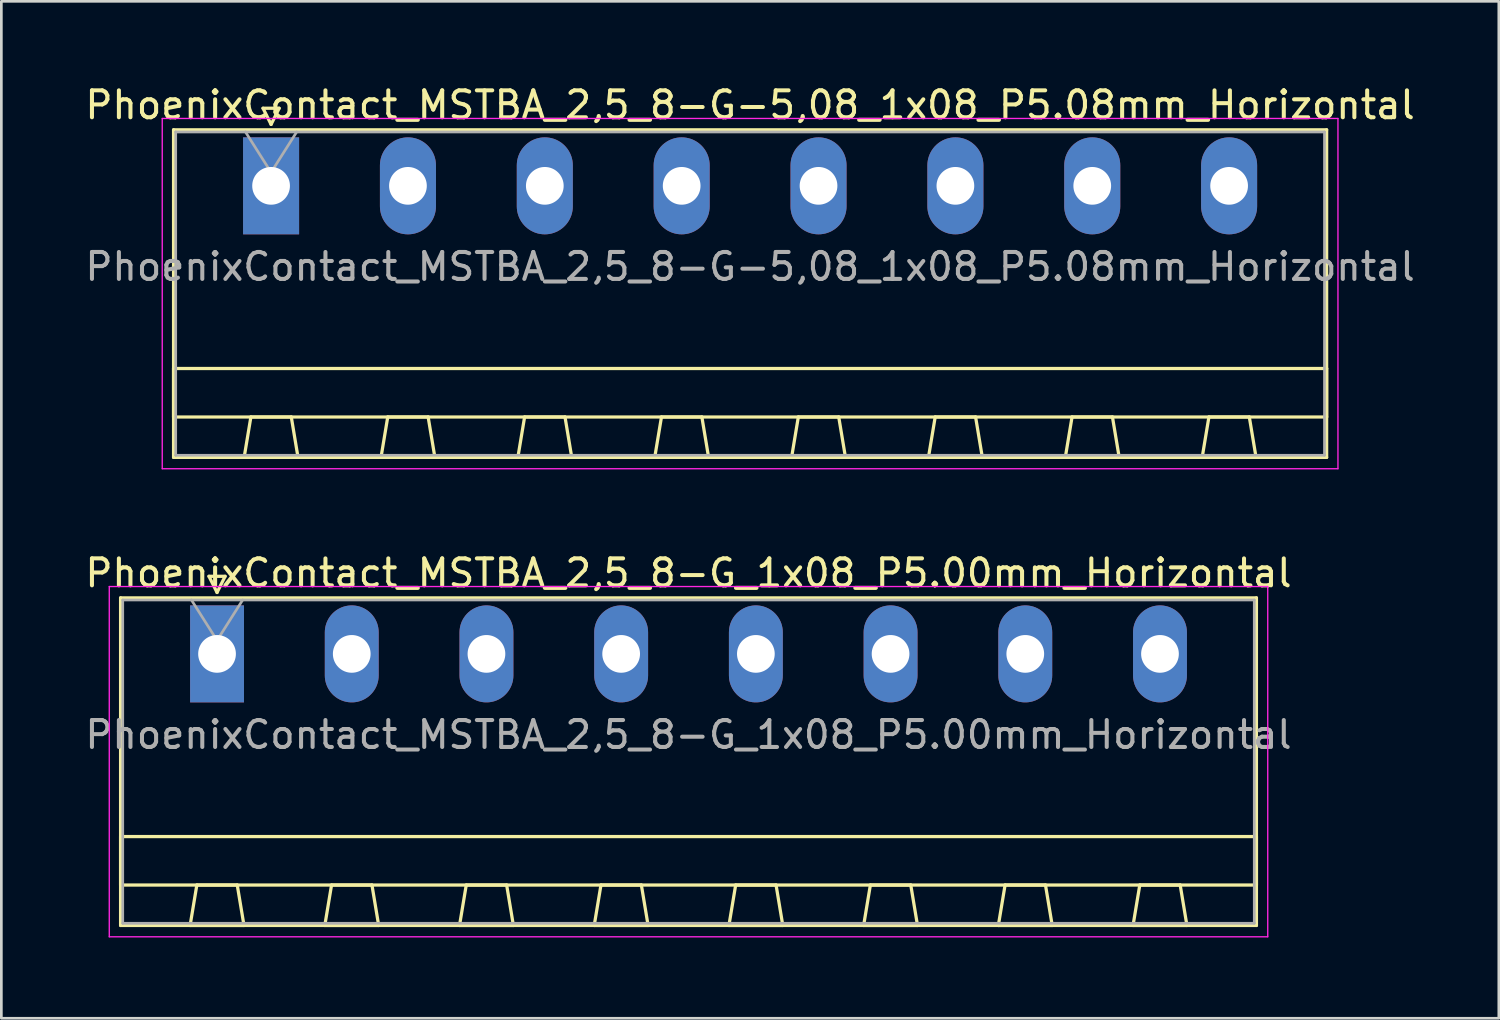
<source format=kicad_pcb>
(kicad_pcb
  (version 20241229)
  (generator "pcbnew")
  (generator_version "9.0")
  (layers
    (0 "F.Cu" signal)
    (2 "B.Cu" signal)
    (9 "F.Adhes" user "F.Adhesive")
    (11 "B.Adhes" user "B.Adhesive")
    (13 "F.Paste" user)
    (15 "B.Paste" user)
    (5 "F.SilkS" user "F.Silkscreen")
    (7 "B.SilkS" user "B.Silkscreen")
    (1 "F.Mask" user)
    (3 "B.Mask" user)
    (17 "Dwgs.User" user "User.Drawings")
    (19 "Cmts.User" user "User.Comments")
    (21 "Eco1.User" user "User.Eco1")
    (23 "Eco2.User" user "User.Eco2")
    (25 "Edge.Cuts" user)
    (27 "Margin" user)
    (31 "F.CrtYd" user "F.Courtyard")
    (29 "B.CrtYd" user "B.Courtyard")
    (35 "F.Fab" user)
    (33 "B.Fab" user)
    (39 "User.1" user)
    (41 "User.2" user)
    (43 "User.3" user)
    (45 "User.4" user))
  (footprint "PhoenixContact_MSTBA_2,5_8-G_1x08_P5.00mm_Horizontal"
    (layer "F.Cu")
    (at 5.006 21.221)
    (property "Reference" "PhoenixContact_MSTBA_2,5_8-G_1x08_P5.00mm_Horizontal" (at 17.5 -3 0) (layer "F.SilkS") (effects (font (size 1 1) (thickness 0.15))))
    (attr through_hole)
    (fp_line (start -3.58 -2.08) (end -3.58 10.08) (stroke (width 0.12) (type solid)) (layer "F.SilkS"))
    (fp_line (start -3.58 6.78) (end 38.58 6.78) (stroke (width 0.12) (type solid)) (layer "F.SilkS"))
    (fp_line (start -3.58 8.58) (end -3.58 6.78) (stroke (width 0.12) (type solid)) (layer "F.SilkS"))
    (fp_line (start -3.58 10.08) (end 38.58 10.08) (stroke (width 0.12) (type solid)) (layer "F.SilkS"))
    (fp_line (start -1 10.08) (end 1 10.08) (stroke (width 0.12) (type solid)) (layer "F.SilkS"))
    (fp_line (start -0.75 8.58) (end -1 10.08) (stroke (width 0.12) (type solid)) (layer "F.SilkS"))
    (fp_line (start -0.3 -2.88) (end 0.3 -2.88) (stroke (width 0.12) (type solid)) (layer "F.SilkS"))
    (fp_line (start 0 -2.28) (end -0.3 -2.88) (stroke (width 0.12) (type solid)) (layer "F.SilkS"))
    (fp_line (start 0.3 -2.88) (end 0 -2.28) (stroke (width 0.12) (type solid)) (layer "F.SilkS"))
    (fp_line (start 0.75 8.58) (end -0.75 8.58) (stroke (width 0.12) (type solid)) (layer "F.SilkS"))
    (fp_line (start 1 10.08) (end 0.75 8.58) (stroke (width 0.12) (type solid)) (layer "F.SilkS"))
    (fp_line (start 4 10.08) (end 6 10.08) (stroke (width 0.12) (type solid)) (layer "F.SilkS"))
    (fp_line (start 4.25 8.58) (end 4 10.08) (stroke (width 0.12) (type solid)) (layer "F.SilkS"))
    (fp_line (start 5.75 8.58) (end 4.25 8.58) (stroke (width 0.12) (type solid)) (layer "F.SilkS"))
    (fp_line (start 6 10.08) (end 5.75 8.58) (stroke (width 0.12) (type solid)) (layer "F.SilkS"))
    (fp_line (start 9 10.08) (end 11 10.08) (stroke (width 0.12) (type solid)) (layer "F.SilkS"))
    (fp_line (start 9.25 8.58) (end 9 10.08) (stroke (width 0.12) (type solid)) (layer "F.SilkS"))
    (fp_line (start 10.75 8.58) (end 9.25 8.58) (stroke (width 0.12) (type solid)) (layer "F.SilkS"))
    (fp_line (start 11 10.08) (end 10.75 8.58) (stroke (width 0.12) (type solid)) (layer "F.SilkS"))
    (fp_line (start 14 10.08) (end 16 10.08) (stroke (width 0.12) (type solid)) (layer "F.SilkS"))
    (fp_line (start 14.25 8.58) (end 14 10.08) (stroke (width 0.12) (type solid)) (layer "F.SilkS"))
    (fp_line (start 15.75 8.58) (end 14.25 8.58) (stroke (width 0.12) (type solid)) (layer "F.SilkS"))
    (fp_line (start 16 10.08) (end 15.75 8.58) (stroke (width 0.12) (type solid)) (layer "F.SilkS"))
    (fp_line (start 19 10.08) (end 21 10.08) (stroke (width 0.12) (type solid)) (layer "F.SilkS"))
    (fp_line (start 19.25 8.58) (end 19 10.08) (stroke (width 0.12) (type solid)) (layer "F.SilkS"))
    (fp_line (start 20.75 8.58) (end 19.25 8.58) (stroke (width 0.12) (type solid)) (layer "F.SilkS"))
    (fp_line (start 21 10.08) (end 20.75 8.58) (stroke (width 0.12) (type solid)) (layer "F.SilkS"))
    (fp_line (start 24 10.08) (end 26 10.08) (stroke (width 0.12) (type solid)) (layer "F.SilkS"))
    (fp_line (start 24.25 8.58) (end 24 10.08) (stroke (width 0.12) (type solid)) (layer "F.SilkS"))
    (fp_line (start 25.75 8.58) (end 24.25 8.58) (stroke (width 0.12) (type solid)) (layer "F.SilkS"))
    (fp_line (start 26 10.08) (end 25.75 8.58) (stroke (width 0.12) (type solid)) (layer "F.SilkS"))
    (fp_line (start 29 10.08) (end 31 10.08) (stroke (width 0.12) (type solid)) (layer "F.SilkS"))
    (fp_line (start 29.25 8.58) (end 29 10.08) (stroke (width 0.12) (type solid)) (layer "F.SilkS"))
    (fp_line (start 30.75 8.58) (end 29.25 8.58) (stroke (width 0.12) (type solid)) (layer "F.SilkS"))
    (fp_line (start 31 10.08) (end 30.75 8.58) (stroke (width 0.12) (type solid)) (layer "F.SilkS"))
    (fp_line (start 34 10.08) (end 36 10.08) (stroke (width 0.12) (type solid)) (layer "F.SilkS"))
    (fp_line (start 34.25 8.58) (end 34 10.08) (stroke (width 0.12) (type solid)) (layer "F.SilkS"))
    (fp_line (start 35.75 8.58) (end 34.25 8.58) (stroke (width 0.12) (type solid)) (layer "F.SilkS"))
    (fp_line (start 36 10.08) (end 35.75 8.58) (stroke (width 0.12) (type solid)) (layer "F.SilkS"))
    (fp_line (start 38.58 -2.08) (end -3.58 -2.08) (stroke (width 0.12) (type solid)) (layer "F.SilkS"))
    (fp_line (start 38.58 6.78) (end 38.58 8.58) (stroke (width 0.12) (type solid)) (layer "F.SilkS"))
    (fp_line (start 38.58 8.58) (end -3.58 8.58) (stroke (width 0.12) (type solid)) (layer "F.SilkS"))
    (fp_line (start 38.58 10.08) (end 38.58 -2.08) (stroke (width 0.12) (type solid)) (layer "F.SilkS"))
    (fp_line (start -4 -2.5) (end -4 10.5) (stroke (width 0.05) (type solid)) (layer "F.CrtYd"))
    (fp_line (start -4 10.5) (end 39 10.5) (stroke (width 0.05) (type solid)) (layer "F.CrtYd"))
    (fp_line (start 39 -2.5) (end -4 -2.5) (stroke (width 0.05) (type solid)) (layer "F.CrtYd"))
    (fp_line (start 39 10.5) (end 39 -2.5) (stroke (width 0.05) (type solid)) (layer "F.CrtYd"))
    (fp_line (start -3.5 -2) (end -3.5 10) (stroke (width 0.1) (type solid)) (layer "F.Fab"))
    (fp_line (start -3.5 10) (end 38.5 10) (stroke (width 0.1) (type solid)) (layer "F.Fab"))
    (fp_line (start 0 -0.5) (end -0.95 -2) (stroke (width 0.1) (type solid)) (layer "F.Fab"))
    (fp_line (start 0.95 -2) (end 0 -0.5) (stroke (width 0.1) (type solid)) (layer "F.Fab"))
    (fp_line (start 38.5 -2) (end -3.5 -2) (stroke (width 0.1) (type solid)) (layer "F.Fab"))
    (fp_line (start 38.5 10) (end 38.5 -2) (stroke (width 0.1) (type solid)) (layer "F.Fab"))
    (fp_text user "${REFERENCE}" (at 17.5 3 0) (layer "F.Fab") (effects (font (size 1 1) (thickness 0.15))))
    (pad "1" thru_hole rect (at 0 0) (size 2 3.6) (drill 1.4) (layers "*.Cu" "*.Mask"))
    (pad "2" thru_hole oval (at 5 0) (size 2 3.6) (drill 1.4) (layers "*.Cu" "*.Mask"))
    (pad "3" thru_hole oval (at 10 0) (size 2 3.6) (drill 1.4) (layers "*.Cu" "*.Mask"))
    (pad "4" thru_hole oval (at 15 0) (size 2 3.6) (drill 1.4) (layers "*.Cu" "*.Mask"))
    (pad "5" thru_hole oval (at 20 0) (size 2 3.6) (drill 1.4) (layers "*.Cu" "*.Mask"))
    (pad "6" thru_hole oval (at 25 0) (size 2 3.6) (drill 1.4) (layers "*.Cu" "*.Mask"))
    (pad "7" thru_hole oval (at 30 0) (size 2 3.6) (drill 1.4) (layers "*.Cu" "*.Mask"))
    (pad "8" thru_hole oval (at 35 0) (size 2 3.6) (drill 1.4) (layers "*.Cu" "*.Mask")))
  (footprint "PhoenixContact_MSTBA_2,5_8-G-5,08_1x08_P5.08mm_Horizontal"
    (layer "F.Cu")
    (at 7.012 3.848)
    (property "Reference" "PhoenixContact_MSTBA_2,5_8-G-5,08_1x08_P5.08mm_Horizontal" (at 17.78 -3 0) (layer "F.SilkS") (effects (font (size 1 1) (thickness 0.15))))
    (attr through_hole)
    (fp_line (start -3.62 -2.08) (end -3.62 10.08) (stroke (width 0.12) (type solid)) (layer "F.SilkS"))
    (fp_line (start -3.62 6.78) (end 39.18 6.78) (stroke (width 0.12) (type solid)) (layer "F.SilkS"))
    (fp_line (start -3.62 8.58) (end -3.62 6.78) (stroke (width 0.12) (type solid)) (layer "F.SilkS"))
    (fp_line (start -3.62 10.08) (end 39.18 10.08) (stroke (width 0.12) (type solid)) (layer "F.SilkS"))
    (fp_line (start -1 10.08) (end 1 10.08) (stroke (width 0.12) (type solid)) (layer "F.SilkS"))
    (fp_line (start -0.75 8.58) (end -1 10.08) (stroke (width 0.12) (type solid)) (layer "F.SilkS"))
    (fp_line (start -0.3 -2.88) (end 0.3 -2.88) (stroke (width 0.12) (type solid)) (layer "F.SilkS"))
    (fp_line (start 0 -2.28) (end -0.3 -2.88) (stroke (width 0.12) (type solid)) (layer "F.SilkS"))
    (fp_line (start 0.3 -2.88) (end 0 -2.28) (stroke (width 0.12) (type solid)) (layer "F.SilkS"))
    (fp_line (start 0.75 8.58) (end -0.75 8.58) (stroke (width 0.12) (type solid)) (layer "F.SilkS"))
    (fp_line (start 1 10.08) (end 0.75 8.58) (stroke (width 0.12) (type solid)) (layer "F.SilkS"))
    (fp_line (start 4.08 10.08) (end 6.08 10.08) (stroke (width 0.12) (type solid)) (layer "F.SilkS"))
    (fp_line (start 4.33 8.58) (end 4.08 10.08) (stroke (width 0.12) (type solid)) (layer "F.SilkS"))
    (fp_line (start 5.83 8.58) (end 4.33 8.58) (stroke (width 0.12) (type solid)) (layer "F.SilkS"))
    (fp_line (start 6.08 10.08) (end 5.83 8.58) (stroke (width 0.12) (type solid)) (layer "F.SilkS"))
    (fp_line (start 9.16 10.08) (end 11.16 10.08) (stroke (width 0.12) (type solid)) (layer "F.SilkS"))
    (fp_line (start 9.41 8.58) (end 9.16 10.08) (stroke (width 0.12) (type solid)) (layer "F.SilkS"))
    (fp_line (start 10.91 8.58) (end 9.41 8.58) (stroke (width 0.12) (type solid)) (layer "F.SilkS"))
    (fp_line (start 11.16 10.08) (end 10.91 8.58) (stroke (width 0.12) (type solid)) (layer "F.SilkS"))
    (fp_line (start 14.24 10.08) (end 16.24 10.08) (stroke (width 0.12) (type solid)) (layer "F.SilkS"))
    (fp_line (start 14.49 8.58) (end 14.24 10.08) (stroke (width 0.12) (type solid)) (layer "F.SilkS"))
    (fp_line (start 15.99 8.58) (end 14.49 8.58) (stroke (width 0.12) (type solid)) (layer "F.SilkS"))
    (fp_line (start 16.24 10.08) (end 15.99 8.58) (stroke (width 0.12) (type solid)) (layer "F.SilkS"))
    (fp_line (start 19.32 10.08) (end 21.32 10.08) (stroke (width 0.12) (type solid)) (layer "F.SilkS"))
    (fp_line (start 19.57 8.58) (end 19.32 10.08) (stroke (width 0.12) (type solid)) (layer "F.SilkS"))
    (fp_line (start 21.07 8.58) (end 19.57 8.58) (stroke (width 0.12) (type solid)) (layer "F.SilkS"))
    (fp_line (start 21.32 10.08) (end 21.07 8.58) (stroke (width 0.12) (type solid)) (layer "F.SilkS"))
    (fp_line (start 24.4 10.08) (end 26.4 10.08) (stroke (width 0.12) (type solid)) (layer "F.SilkS"))
    (fp_line (start 24.65 8.58) (end 24.4 10.08) (stroke (width 0.12) (type solid)) (layer "F.SilkS"))
    (fp_line (start 26.15 8.58) (end 24.65 8.58) (stroke (width 0.12) (type solid)) (layer "F.SilkS"))
    (fp_line (start 26.4 10.08) (end 26.15 8.58) (stroke (width 0.12) (type solid)) (layer "F.SilkS"))
    (fp_line (start 29.48 10.08) (end 31.48 10.08) (stroke (width 0.12) (type solid)) (layer "F.SilkS"))
    (fp_line (start 29.73 8.58) (end 29.48 10.08) (stroke (width 0.12) (type solid)) (layer "F.SilkS"))
    (fp_line (start 31.23 8.58) (end 29.73 8.58) (stroke (width 0.12) (type solid)) (layer "F.SilkS"))
    (fp_line (start 31.48 10.08) (end 31.23 8.58) (stroke (width 0.12) (type solid)) (layer "F.SilkS"))
    (fp_line (start 34.56 10.08) (end 36.56 10.08) (stroke (width 0.12) (type solid)) (layer "F.SilkS"))
    (fp_line (start 34.81 8.58) (end 34.56 10.08) (stroke (width 0.12) (type solid)) (layer "F.SilkS"))
    (fp_line (start 36.31 8.58) (end 34.81 8.58) (stroke (width 0.12) (type solid)) (layer "F.SilkS"))
    (fp_line (start 36.56 10.08) (end 36.31 8.58) (stroke (width 0.12) (type solid)) (layer "F.SilkS"))
    (fp_line (start 39.18 -2.08) (end -3.62 -2.08) (stroke (width 0.12) (type solid)) (layer "F.SilkS"))
    (fp_line (start 39.18 6.78) (end 39.18 8.58) (stroke (width 0.12) (type solid)) (layer "F.SilkS"))
    (fp_line (start 39.18 8.58) (end -3.62 8.58) (stroke (width 0.12) (type solid)) (layer "F.SilkS"))
    (fp_line (start 39.18 10.08) (end 39.18 -2.08) (stroke (width 0.12) (type solid)) (layer "F.SilkS"))
    (fp_line (start -4.04 -2.5) (end -4.04 10.5) (stroke (width 0.05) (type solid)) (layer "F.CrtYd"))
    (fp_line (start -4.04 10.5) (end 39.6 10.5) (stroke (width 0.05) (type solid)) (layer "F.CrtYd"))
    (fp_line (start 39.6 -2.5) (end -4.04 -2.5) (stroke (width 0.05) (type solid)) (layer "F.CrtYd"))
    (fp_line (start 39.6 10.5) (end 39.6 -2.5) (stroke (width 0.05) (type solid)) (layer "F.CrtYd"))
    (fp_line (start -3.54 -2) (end -3.54 10) (stroke (width 0.1) (type solid)) (layer "F.Fab"))
    (fp_line (start -3.54 10) (end 39.1 10) (stroke (width 0.1) (type solid)) (layer "F.Fab"))
    (fp_line (start 0 -0.5) (end -0.95 -2) (stroke (width 0.1) (type solid)) (layer "F.Fab"))
    (fp_line (start 0.95 -2) (end 0 -0.5) (stroke (width 0.1) (type solid)) (layer "F.Fab"))
    (fp_line (start 39.1 -2) (end -3.54 -2) (stroke (width 0.1) (type solid)) (layer "F.Fab"))
    (fp_line (start 39.1 10) (end 39.1 -2) (stroke (width 0.1) (type solid)) (layer "F.Fab"))
    (fp_text user "${REFERENCE}" (at 17.78 3 0) (layer "F.Fab") (effects (font (size 1 1) (thickness 0.15))))
    (pad "1" thru_hole rect (at 0 0) (size 2.08 3.6) (drill 1.4) (layers "*.Cu" "*.Mask"))
    (pad "2" thru_hole oval (at 5.08 0) (size 2.08 3.6) (drill 1.4) (layers "*.Cu" "*.Mask"))
    (pad "3" thru_hole oval (at 10.16 0) (size 2.08 3.6) (drill 1.4) (layers "*.Cu" "*.Mask"))
    (pad "4" thru_hole oval (at 15.24 0) (size 2.08 3.6) (drill 1.4) (layers "*.Cu" "*.Mask"))
    (pad "5" thru_hole oval (at 20.32 0) (size 2.08 3.6) (drill 1.4) (layers "*.Cu" "*.Mask"))
    (pad "6" thru_hole oval (at 25.4 0) (size 2.08 3.6) (drill 1.4) (layers "*.Cu" "*.Mask"))
    (pad "7" thru_hole oval (at 30.48 0) (size 2.08 3.6) (drill 1.4) (layers "*.Cu" "*.Mask"))
    (pad "8" thru_hole oval (at 35.56 0) (size 2.08 3.6) (drill 1.4) (layers "*.Cu" "*.Mask")))
  (gr_rect
    (start -3 -3)
    (end 52.583 34.746)
    (stroke (width 0.1) (type default))
    (fill no)
    (layer "Edge.Cuts")))
</source>
